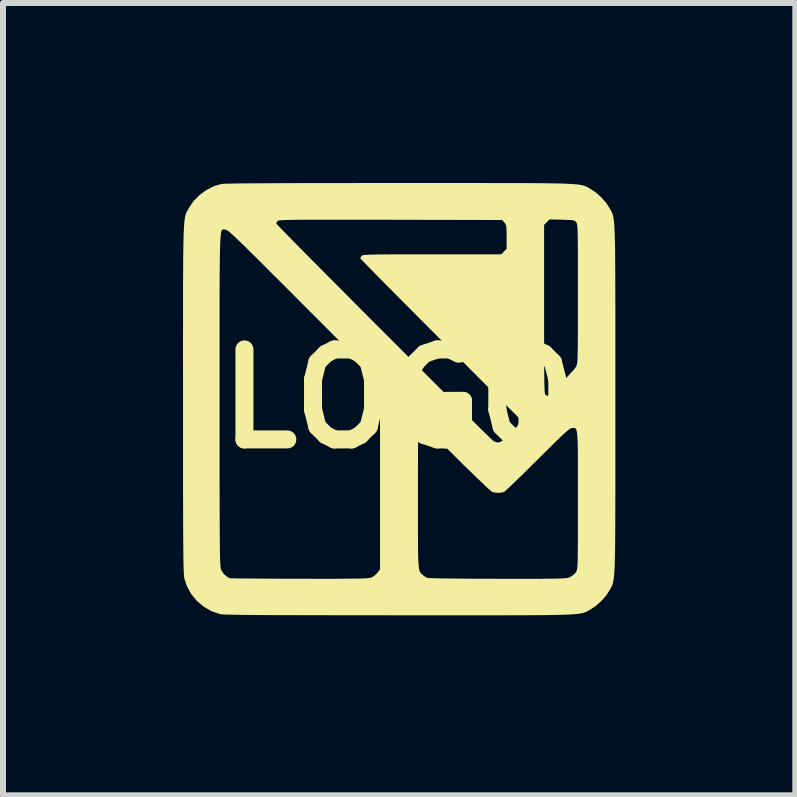
<source format=kicad_pcb>
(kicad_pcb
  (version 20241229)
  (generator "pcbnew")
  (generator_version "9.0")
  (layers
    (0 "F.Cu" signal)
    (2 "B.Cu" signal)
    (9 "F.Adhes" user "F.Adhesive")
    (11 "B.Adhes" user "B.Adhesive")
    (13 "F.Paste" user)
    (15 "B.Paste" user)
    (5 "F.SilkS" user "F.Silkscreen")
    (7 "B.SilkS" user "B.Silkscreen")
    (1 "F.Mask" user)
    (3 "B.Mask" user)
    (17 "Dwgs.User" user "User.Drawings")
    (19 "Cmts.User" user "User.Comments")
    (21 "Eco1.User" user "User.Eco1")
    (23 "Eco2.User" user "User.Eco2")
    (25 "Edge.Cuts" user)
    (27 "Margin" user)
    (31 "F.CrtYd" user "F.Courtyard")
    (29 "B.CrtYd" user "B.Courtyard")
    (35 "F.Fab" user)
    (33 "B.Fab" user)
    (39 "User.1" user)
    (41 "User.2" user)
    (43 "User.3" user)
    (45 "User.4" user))
  (footprint "LOGO"
    (layer "F.Cu")
    (at 3.596 3.596)
    (property "Reference" "LOGO" (at 0 0 0) (layer "F.SilkS") (effects (font (size 1.5 1.5) (thickness 0.3))))
    (attr board_only exclude_from_pos_files exclude_from_bom)
    (fp_poly (pts (xy 0.012 -3.596) (xy 0.367 -3.596) (xy 0.694 -3.596) (xy 0.992 -3.596) (xy 1.263 -3.596) (xy 1.51 -3.595) (xy 1.733 -3.595) (xy 1.933 -3.595) (xy 2.111 -3.594) (xy 2.27 -3.593) (xy 2.411 -3.592) (xy 2.533 -3.59) (xy 2.64 -3.588) (xy 2.733 -3.586) (xy 2.811 -3.583) (xy 2.878 -3.579) (xy 2.934 -3.575) (xy 2.981 -3.571) (xy 3.02 -3.566) (xy 3.051 -3.56) (xy 3.078 -3.554) (xy 3.1 -3.546) (xy 3.119 -3.539) (xy 3.137 -3.53) (xy 3.155 -3.52) (xy 3.174 -3.51) (xy 3.191 -3.5) (xy 3.281 -3.441) (xy 3.371 -3.362) (xy 3.451 -3.272) (xy 3.512 -3.181) (xy 3.516 -3.175) (xy 3.527 -3.155) (xy 3.537 -3.136) (xy 3.547 -3.119) (xy 3.555 -3.101) (xy 3.563 -3.081) (xy 3.57 -3.058) (xy 3.576 -3.031) (xy 3.582 -2.998) (xy 3.587 -2.958) (xy 3.591 -2.91) (xy 3.595 -2.852) (xy 3.598 -2.783) (xy 3.601 -2.702) (xy 3.604 -2.607) (xy 3.606 -2.498) (xy 3.607 -2.372) (xy 3.608 -2.229) (xy 3.609 -2.066) (xy 3.61 -1.884) (xy 3.61 -1.68) (xy 3.611 -1.454) (xy 3.611 -1.203) (xy 3.611 -0.927) (xy 3.611 -0.624) (xy 3.611 -0.293) (xy 3.611 0.008) (xy 3.611 0.363) (xy 3.611 0.69) (xy 3.611 0.988) (xy 3.611 1.26) (xy 3.611 1.507) (xy 3.61 1.73) (xy 3.61 1.93) (xy 3.609 2.109) (xy 3.608 2.268) (xy 3.607 2.409) (xy 3.605 2.532) (xy 3.603 2.639) (xy 3.601 2.731) (xy 3.598 2.81) (xy 3.595 2.877) (xy 3.591 2.934) (xy 3.586 2.98) (xy 3.581 3.019) (xy 3.575 3.051) (xy 3.569 3.077) (xy 3.562 3.1) (xy 3.554 3.119) (xy 3.545 3.137) (xy 3.536 3.154) (xy 3.525 3.173) (xy 3.516 3.191) (xy 3.456 3.281) (xy 3.377 3.371) (xy 3.287 3.451) (xy 3.197 3.512) (xy 3.191 3.516) (xy 3.17 3.527) (xy 3.152 3.537) (xy 3.134 3.547) (xy 3.116 3.555) (xy 3.096 3.563) (xy 3.074 3.57) (xy 3.047 3.576) (xy 3.014 3.582) (xy 2.974 3.587) (xy 2.926 3.591) (xy 2.868 3.595) (xy 2.8 3.598) (xy 2.719 3.601) (xy 2.624 3.603) (xy 2.515 3.605) (xy 2.389 3.607) (xy 2.246 3.608) (xy 2.085 3.609) (xy 1.903 3.609) (xy 1.699 3.61) (xy 1.473 3.61) (xy 1.223 3.61) (xy 0.947 3.61) (xy 0.645 3.61) (xy 0.315 3.61) (xy 0 3.61) (xy -0.365 3.609) (xy -0.701 3.609) (xy -1.008 3.609) (xy -1.288 3.608) (xy -1.543 3.608) (xy -1.772 3.607) (xy -1.977 3.607) (xy -2.16 3.606) (xy -2.321 3.605) (xy -2.462 3.604) (xy -2.583 3.603) (xy -2.686 3.601) (xy -2.772 3.6) (xy -2.842 3.598) (xy -2.896 3.596) (xy -2.937 3.594) (xy -2.965 3.592) (xy -2.982 3.589) (xy -2.982 3.589) (xy -3.123 3.54) (xy -3.251 3.466) (xy -3.365 3.37) (xy -3.459 3.255) (xy -3.53 3.126) (xy -3.572 3) (xy -3.575 2.986) (xy -3.578 2.965) (xy -3.58 2.939) (xy -3.582 2.904) (xy -3.584 2.859) (xy -3.586 2.805) (xy -3.588 2.738) (xy -3.589 2.659) (xy -3.59 2.565) (xy -3.591 2.455) (xy -3.592 2.328) (xy -3.593 2.183) (xy -3.594 2.019) (xy -3.594 1.834) (xy -3.595 1.627) (xy -3.595 1.396) (xy -3.595 1.141) (xy -3.595 0.86) (xy -3.595 0.552) (xy -3.595 0.215) (xy -3.595 0.008) (xy -3.595 -0.348) (xy -3.596 -0.674) (xy -3.596 -0.973) (xy -3.596 -1.063) (xy -2.986 -1.063) (xy -2.986 -0.787) (xy -2.986 -0.484) (xy -2.986 -0.152) (xy -2.986 0.022) (xy -2.986 0.364) (xy -2.986 0.676) (xy -2.986 0.961) (xy -2.986 1.219) (xy -2.986 1.452) (xy -2.985 1.661) (xy -2.985 1.847) (xy -2.984 2.013) (xy -2.984 2.158) (xy -2.983 2.286) (xy -2.982 2.396) (xy -2.981 2.49) (xy -2.98 2.569) (xy -2.978 2.636) (xy -2.977 2.691) (xy -2.975 2.735) (xy -2.973 2.77) (xy -2.971 2.797) (xy -2.968 2.818) (xy -2.966 2.833) (xy -2.962 2.845) (xy -2.959 2.854) (xy -2.957 2.858) (xy -2.914 2.923) (xy -2.854 2.973) (xy -2.819 2.991) (xy -2.8 2.992) (xy -2.754 2.993) (xy -2.681 2.995) (xy -2.586 2.996) (xy -2.469 2.997) (xy -2.335 2.998) (xy -2.184 2.999) (xy -2.02 3) (xy -1.844 3) (xy -1.66 3) (xy -1.648 3) (xy -1.432 3.001) (xy -1.244 3.001) (xy -1.082 3.001) (xy -0.945 3) (xy -0.83 2.999) (xy -0.734 2.998) (xy -0.657 2.997) (xy -0.595 2.995) (xy -0.548 2.993) (xy -0.511 2.99) (xy -0.485 2.987) (xy -0.466 2.983) (xy -0.452 2.979) (xy -0.447 2.977) (xy -0.403 2.948) (xy -0.361 2.907) (xy -0.353 2.898) (xy -0.312 2.844) (xy -0.312 1.895) (xy 0.32 1.895) (xy 0.32 2.084) (xy 0.32 2.247) (xy 0.321 2.386) (xy 0.322 2.503) (xy 0.323 2.6) (xy 0.326 2.68) (xy 0.329 2.743) (xy 0.333 2.793) (xy 0.338 2.831) (xy 0.345 2.86) (xy 0.353 2.882) (xy 0.362 2.899) (xy 0.373 2.912) (xy 0.386 2.924) (xy 0.399 2.936) (xy 0.437 2.965) (xy 0.472 2.985) (xy 0.495 2.988) (xy 0.548 2.99) (xy 0.629 2.993) (xy 0.737 2.995) (xy 0.872 2.997) (xy 1.032 2.998) (xy 1.216 3) (xy 1.423 3) (xy 1.652 3.001) (xy 1.866 3.001) (xy 2.051 3.001) (xy 2.21 3.001) (xy 2.346 3.001) (xy 2.459 3) (xy 2.553 2.999) (xy 2.629 2.998) (xy 2.689 2.996) (xy 2.737 2.994) (xy 2.773 2.992) (xy 2.8 2.988) (xy 2.82 2.985) (xy 2.836 2.98) (xy 2.849 2.975) (xy 2.859 2.97) (xy 2.907 2.939) (xy 2.946 2.901) (xy 2.955 2.888) (xy 2.961 2.878) (xy 2.966 2.867) (xy 2.971 2.852) (xy 2.974 2.832) (xy 2.977 2.804) (xy 2.98 2.766) (xy 2.982 2.717) (xy 2.983 2.653) (xy 2.984 2.573) (xy 2.985 2.475) (xy 2.986 2.356) (xy 2.986 2.216) (xy 2.986 2.05) (xy 2.986 1.858) (xy 2.986 1.691) (xy 2.986 1.471) (xy 2.986 1.279) (xy 2.986 1.114) (xy 2.986 0.974) (xy 2.985 0.856) (xy 2.983 0.759) (xy 2.98 0.681) (xy 2.977 0.619) (xy 2.972 0.572) (xy 2.966 0.537) (xy 2.959 0.514) (xy 2.95 0.499) (xy 2.939 0.491) (xy 2.926 0.487) (xy 2.911 0.487) (xy 2.894 0.488) (xy 2.89 0.488) (xy 2.877 0.49) (xy 2.86 0.497) (xy 2.838 0.512) (xy 2.809 0.535) (xy 2.77 0.569) (xy 2.72 0.616) (xy 2.657 0.676) (xy 2.579 0.752) (xy 2.484 0.846) (xy 2.37 0.959) (xy 2.317 1.012) (xy 2.211 1.116) (xy 2.112 1.215) (xy 2.02 1.305) (xy 1.938 1.384) (xy 1.869 1.451) (xy 1.814 1.502) (xy 1.776 1.537) (xy 1.758 1.552) (xy 1.757 1.552) (xy 1.709 1.566) (xy 1.647 1.568) (xy 1.585 1.561) (xy 1.559 1.553) (xy 1.54 1.539) (xy 1.502 1.506) (xy 1.446 1.456) (xy 1.377 1.39) (xy 1.294 1.311) (xy 1.202 1.221) (xy 1.101 1.123) (xy 0.995 1.018) (xy 0.982 1.005) (xy 0.846 0.869) (xy 0.73 0.756) (xy 0.633 0.662) (xy 0.555 0.588) (xy 0.495 0.533) (xy 0.452 0.496) (xy 0.424 0.476) (xy 0.414 0.472) (xy 0.379 0.483) (xy 0.35 0.503) (xy 0.345 0.509) (xy 0.34 0.517) (xy 0.336 0.529) (xy 0.332 0.547) (xy 0.329 0.574) (xy 0.327 0.61) (xy 0.325 0.659) (xy 0.323 0.722) (xy 0.322 0.801) (xy 0.321 0.899) (xy 0.321 1.017) (xy 0.32 1.159) (xy 0.32 1.325) (xy 0.32 1.517) (xy 0.32 1.677) (xy 0.32 1.895) (xy -0.312 1.895) (xy -0.312 1.334) (xy -0.312 -0.175) (xy -0.348 -0.267) (xy -0.355 -0.282) (xy -0.363 -0.297) (xy -0.374 -0.315) (xy -0.39 -0.337) (xy -0.411 -0.363) (xy -0.438 -0.395) (xy -0.474 -0.434) (xy -0.518 -0.482) (xy -0.573 -0.54) (xy -0.639 -0.608) (xy -0.718 -0.689) (xy -0.81 -0.783) (xy -0.918 -0.891) (xy -1.042 -1.016) (xy -1.183 -1.158) (xy -1.343 -1.318) (xy -1.523 -1.498) (xy -1.613 -1.588) (xy -1.803 -1.779) (xy -1.972 -1.948) (xy -2.123 -2.098) (xy -2.255 -2.231) (xy -2.371 -2.346) (xy -2.471 -2.445) (xy -2.557 -2.53) (xy -2.63 -2.601) (xy -2.691 -2.659) (xy -2.741 -2.707) (xy -2.782 -2.744) (xy -2.814 -2.772) (xy -2.839 -2.792) (xy -2.859 -2.806) (xy -2.873 -2.814) (xy -2.884 -2.818) (xy -2.89 -2.819) (xy -2.902 -2.82) (xy -2.913 -2.821) (xy -2.922 -2.823) (xy -2.931 -2.822) (xy -2.939 -2.819) (xy -2.947 -2.811) (xy -2.953 -2.798) (xy -2.959 -2.778) (xy -2.964 -2.749) (xy -2.968 -2.712) (xy -2.972 -2.663) (xy -2.975 -2.603) (xy -2.978 -2.53) (xy -2.98 -2.442) (xy -2.982 -2.338) (xy -2.983 -2.217) (xy -2.985 -2.078) (xy -2.985 -1.92) (xy -2.986 -1.74) (xy -2.986 -1.538) (xy -2.986 -1.313) (xy -2.986 -1.063) (xy -3.596 -1.063) (xy -3.595 -1.245) (xy -3.595 -1.492) (xy -3.595 -1.714) (xy -3.595 -1.915) (xy -3.594 -2.094) (xy -3.593 -2.253) (xy -3.592 -2.393) (xy -3.59 -2.516) (xy -3.588 -2.624) (xy -3.586 -2.716) (xy -3.583 -2.795) (xy -3.579 -2.862) (xy -3.575 -2.918) (xy -3.575 -2.921) (xy -2.042 -2.921) (xy -2.031 -2.908) (xy -2 -2.875) (xy -1.951 -2.824) (xy -1.883 -2.755) (xy -1.8 -2.67) (xy -1.702 -2.57) (xy -1.59 -2.457) (xy -1.467 -2.332) (xy -1.332 -2.197) (xy -1.189 -2.052) (xy -1.037 -1.9) (xy -0.879 -1.741) (xy -0.715 -1.576) (xy -0.548 -1.408) (xy -0.378 -1.238) (xy -0.207 -1.067) (xy -0.036 -0.896) (xy 0.133 -0.726) (xy 0.3 -0.56) (xy 0.462 -0.398) (xy 0.618 -0.242) (xy 0.768 -0.093) (xy 0.909 0.047) (xy 1.04 0.177) (xy 1.16 0.297) (xy 1.268 0.403) (xy 1.362 0.496) (xy 1.441 0.573) (xy 1.503 0.634) (xy 1.547 0.676) (xy 1.573 0.7) (xy 1.577 0.703) (xy 1.619 0.724) (xy 1.659 0.729) (xy 1.701 0.717) (xy 1.751 0.685) (xy 1.812 0.632) (xy 1.863 0.582) (xy 1.918 0.524) (xy 1.956 0.483) (xy 1.979 0.453) (xy 1.991 0.428) (xy 1.995 0.402) (xy 1.996 0.38) (xy 1.996 0.313) (xy 0.678 -1.006) (xy 0.511 -1.173) (xy 0.351 -1.334) (xy 0.198 -1.488) (xy 2.423 -1.488) (xy 2.423 -1.248) (xy 2.423 -1.037) (xy 2.423 -0.853) (xy 2.423 -0.694) (xy 2.424 -0.558) (xy 2.425 -0.443) (xy 2.426 -0.348) (xy 2.427 -0.27) (xy 2.428 -0.208) (xy 2.43 -0.16) (xy 2.433 -0.124) (xy 2.435 -0.098) (xy 2.439 -0.081) (xy 2.442 -0.07) (xy 2.446 -0.064) (xy 2.449 -0.062) (xy 2.474 -0.049) (xy 2.482 -0.046) (xy 2.495 -0.056) (xy 2.525 -0.085) (xy 2.571 -0.128) (xy 2.628 -0.184) (xy 2.693 -0.248) (xy 2.708 -0.263) (xy 2.778 -0.333) (xy 2.841 -0.399) (xy 2.894 -0.457) (xy 2.934 -0.504) (xy 2.956 -0.534) (xy 2.957 -0.536) (xy 2.963 -0.548) (xy 2.967 -0.562) (xy 2.971 -0.579) (xy 2.975 -0.603) (xy 2.978 -0.635) (xy 2.98 -0.678) (xy 2.982 -0.733) (xy 2.983 -0.802) (xy 2.985 -0.889) (xy 2.985 -0.994) (xy 2.986 -1.121) (xy 2.986 -1.271) (xy 2.986 -1.446) (xy 2.986 -1.648) (xy 2.986 -1.75) (xy 2.986 -1.965) (xy 2.986 -2.152) (xy 2.986 -2.313) (xy 2.986 -2.449) (xy 2.985 -2.564) (xy 2.984 -2.658) (xy 2.983 -2.734) (xy 2.981 -2.794) (xy 2.979 -2.841) (xy 2.977 -2.876) (xy 2.973 -2.901) (xy 2.97 -2.918) (xy 2.965 -2.93) (xy 2.96 -2.939) (xy 2.957 -2.943) (xy 2.944 -2.957) (xy 2.928 -2.968) (xy 2.903 -2.974) (xy 2.864 -2.979) (xy 2.806 -2.981) (xy 2.723 -2.984) (xy 2.721 -2.984) (xy 2.514 -2.989) (xy 2.468 -2.943) (xy 2.423 -2.897) (xy 2.423 -1.488) (xy 0.198 -1.488) (xy 0.198 -1.488) (xy 0.053 -1.633) (xy -0.081 -1.769) (xy -0.205 -1.893) (xy -0.315 -2.005) (xy -0.412 -2.104) (xy -0.493 -2.187) (xy -0.558 -2.254) (xy -0.605 -2.303) (xy -0.632 -2.333) (xy -0.64 -2.342) (xy -0.63 -2.366) (xy -0.616 -2.383) (xy -0.609 -2.388) (xy -0.596 -2.392) (xy -0.576 -2.395) (xy -0.546 -2.398) (xy -0.505 -2.4) (xy -0.45 -2.402) (xy -0.379 -2.404) (xy -0.29 -2.405) (xy -0.181 -2.406) (xy -0.051 -2.407) (xy 0.103 -2.407) (xy 0.283 -2.407) (xy 0.491 -2.407) (xy 0.558 -2.407) (xy 1.709 -2.407) (xy 1.753 -2.452) (xy 1.798 -2.497) (xy 1.798 -2.695) (xy 1.798 -2.777) (xy 1.796 -2.834) (xy 1.792 -2.873) (xy 1.785 -2.899) (xy 1.775 -2.919) (xy 1.761 -2.936) (xy 1.724 -2.979) (xy -0.135 -2.983) (xy -0.413 -2.983) (xy -0.663 -2.984) (xy -0.885 -2.984) (xy -1.081 -2.984) (xy -1.254 -2.984) (xy -1.404 -2.984) (xy -1.532 -2.983) (xy -1.642 -2.983) (xy -1.734 -2.982) (xy -1.809 -2.981) (xy -1.87 -2.979) (xy -1.918 -2.977) (xy -1.954 -2.975) (xy -1.981 -2.973) (xy -1.999 -2.97) (xy -2.011 -2.967) (xy -2.017 -2.963) (xy -2.018 -2.963) (xy -2.037 -2.936) (xy -2.042 -2.921) (xy -3.575 -2.921) (xy -3.571 -2.965) (xy -3.566 -3.004) (xy -3.56 -3.036) (xy -3.554 -3.062) (xy -3.547 -3.084) (xy -3.539 -3.104) (xy -3.53 -3.122) (xy -3.52 -3.139) (xy -3.51 -3.158) (xy -3.5 -3.175) (xy -3.424 -3.29) (xy -3.324 -3.392) (xy -3.207 -3.478) (xy -3.079 -3.543) (xy -2.959 -3.579) (xy -2.937 -3.581) (xy -2.893 -3.584) (xy -2.826 -3.585) (xy -2.736 -3.587) (xy -2.622 -3.589) (xy -2.484 -3.59) (xy -2.321 -3.591) (xy -2.132 -3.592) (xy -1.917 -3.593) (xy -1.675 -3.594) (xy -1.406 -3.595) (xy -1.108 -3.595) (xy -0.782 -3.595) (xy -0.427 -3.596) (xy -0.043 -3.596)) (stroke (width 0) (type solid)) (fill yes) (layer "F.SilkS")))
  (gr_rect
    (start -3 -3)
    (end 10.206 10.206)
    (stroke (width 0.1) (type default))
    (fill no)
    (layer "Edge.Cuts")))
</source>
